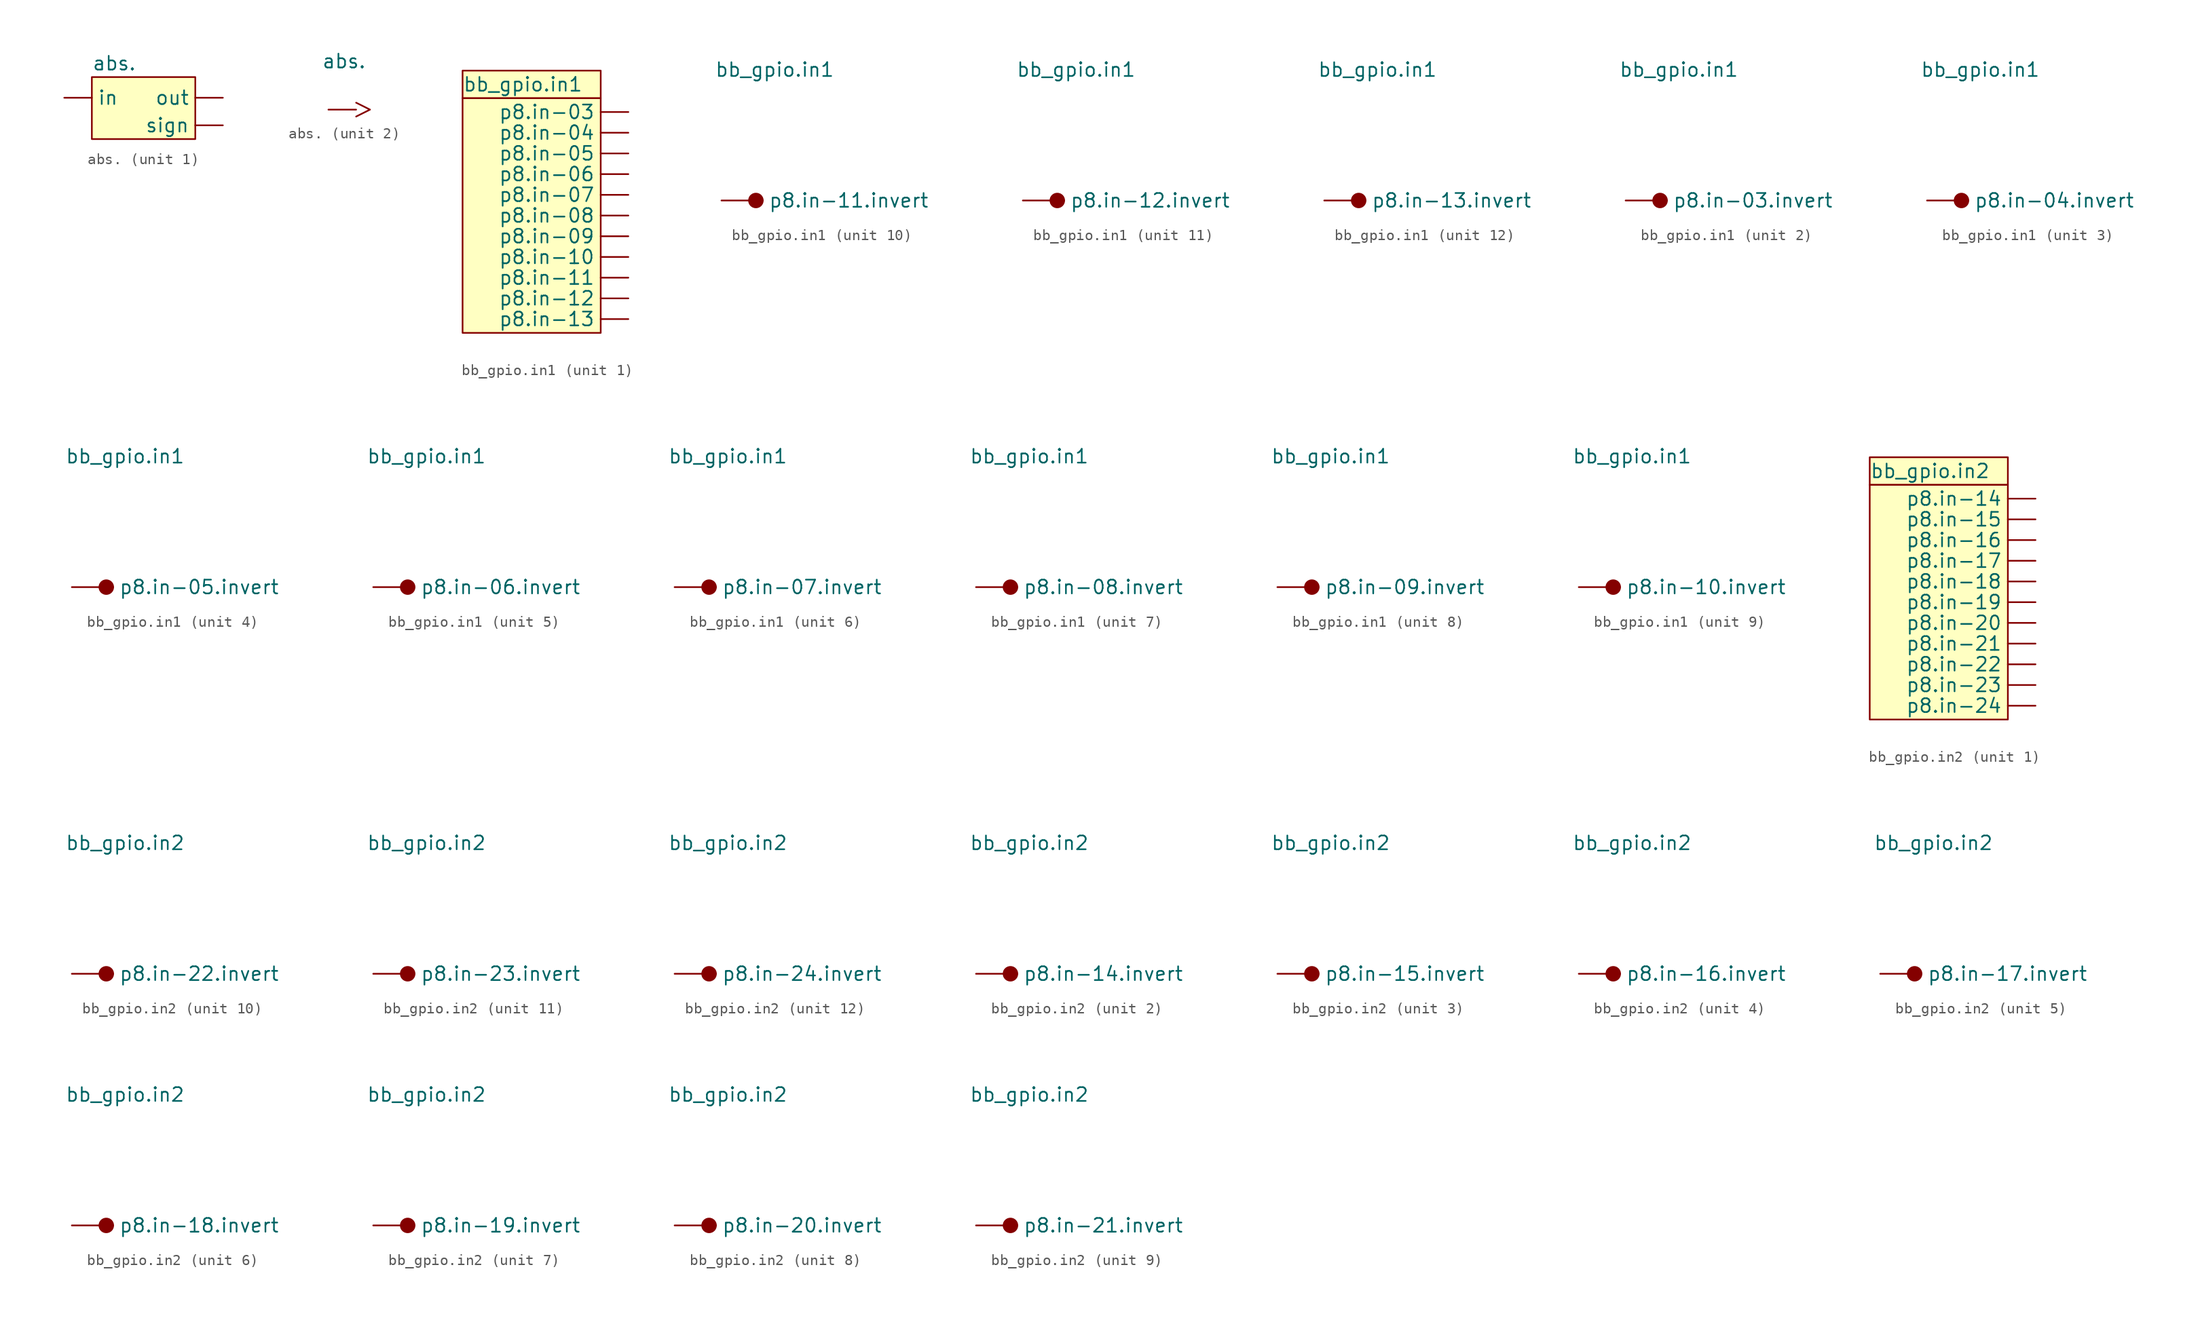
<source format=kicad_sym>
(kicad_symbol_lib
  (version 20220914)
  (generator kicad_symbol_editor)
  (symbol "abs."
    (pin_numbers hide)
    (property "Reference" "ABS"
      (at 2.54 0 0)
      (effects (font (size 1.27 1.27)) hide))
    (property "Value" "abs."
      (at -3.81 4.445 0)
      (effects (font (size 1.27 1.27)) (justify left)))
    (property "ki_locked" ""
      (at 0 0 0)
      (effects (font (size 1.27 1.27))))
    (symbol "abs._1_0"
      (rectangle (start -3.81 3.175) (end 5.715 -2.54) (stroke (width 0.152) (type default)) (fill (type background))))
    (symbol "abs._1_1"
      (pin input line (at -6.35 1.27 0) (length 2.54) (name "in" (effects (font (size 1.27 1.27)))) (number "1" (effects (font (size 1.27 1.27)))))
      (pin output line (at 8.255 1.27 180) (length 2.54) (name "out" (effects (font (size 1.27 1.27)))) (number "2" (effects (font (size 1.27 1.27)))))
      (pin output line (at 8.255 -1.27 180) (length 2.54) (name "sign" (effects (font (size 1.27 1.27)))) (number "3" (effects (font (size 1.27 1.27))))))
    (symbol "abs._2_1"
      (pin input clock (at -3.175 0 0) (length 2.54) (name "" (effects (font (size 1.27 1.27)))) (number "4" (effects (font (size 1.27 1.27)))))))
  (symbol "bb_gpio.in1"
    (pin_numbers hide)
    (property "Reference" "BB-GPIO"
      (at 0 0 0)
      (effects (font (size 1.27 1.27)) hide))
    (property "Value" "bb_gpio.in1"
      (at -5.08 12.065 0)
      (effects (font (size 1.27 1.27)) (justify left)))
    (property "ki_locked" ""
      (at 0 0 0)
      (effects (font (size 1.27 1.27))))
    (symbol "bb_gpio.in1_1_1"
      (rectangle (start -5.08 10.795) (end 7.62 -10.795) (stroke (width 0.152) (type default)) (fill (type background)))
      (rectangle (start -5.08 13.335) (end 7.62 10.795) (stroke (width 0.152) (type default)) (fill (type background)))
      (pin output line (at 10.16 9.525 180) (length 2.54) (name "p8.in-03" (effects (font (size 1.27 1.27)))) (number "1" (effects (font (size 1.27 1.27)))))
      (pin output line (at 10.16 -7.62 180) (length 2.54) (name "p8.in-12" (effects (font (size 1.27 1.27)))) (number "10" (effects (font (size 1.27 1.27)))))
      (pin output line (at 10.16 -9.525 180) (length 2.54) (name "p8.in-13" (effects (font (size 1.27 1.27)))) (number "11" (effects (font (size 1.27 1.27)))))
      (pin output line (at 10.16 7.62 180) (length 2.54) (name "p8.in-04" (effects (font (size 1.27 1.27)))) (number "2" (effects (font (size 1.27 1.27)))))
      (pin output line (at 10.16 5.715 180) (length 2.54) (name "p8.in-05" (effects (font (size 1.27 1.27)))) (number "3" (effects (font (size 1.27 1.27)))))
      (pin output line (at 10.16 3.81 180) (length 2.54) (name "p8.in-06" (effects (font (size 1.27 1.27)))) (number "4" (effects (font (size 1.27 1.27)))))
      (pin output line (at 10.16 1.905 180) (length 2.54) (name "p8.in-07" (effects (font (size 1.27 1.27)))) (number "5" (effects (font (size 1.27 1.27)))))
      (pin output line (at 10.16 0 180) (length 2.54) (name "p8.in-08" (effects (font (size 1.27 1.27)))) (number "6" (effects (font (size 1.27 1.27)))))
      (pin output line (at 10.16 -1.905 180) (length 2.54) (name "p8.in-09" (effects (font (size 1.27 1.27)))) (number "7" (effects (font (size 1.27 1.27)))))
      (pin output line (at 10.16 -3.81 180) (length 2.54) (name "p8.in-10" (effects (font (size 1.27 1.27)))) (number "8" (effects (font (size 1.27 1.27)))))
      (pin output line (at 10.16 -5.715 180) (length 2.54) (name "p8.in-11" (effects (font (size 1.27 1.27)))) (number "9" (effects (font (size 1.27 1.27))))))
    (symbol "bb_gpio.in1_2_1"
      (circle (center -1.27 0) (radius 0.635) (stroke (width 0.152) (type default)) (fill (type outline)))
      (pin input line (at -4.445 0 0) (length 3.81) (name "p8.in-03.invert" (effects (font (size 1.27 1.27)))) (number "12" (effects (font (size 1.27 1.27))))))
    (symbol "bb_gpio.in1_3_1"
      (circle (center -1.27 0) (radius 0.635) (stroke (width 0.152) (type default)) (fill (type outline)))
      (pin input line (at -4.445 0 0) (length 3.81) (name "p8.in-04.invert" (effects (font (size 1.27 1.27)))) (number "13" (effects (font (size 1.27 1.27))))))
    (symbol "bb_gpio.in1_4_1"
      (circle (center -1.27 0) (radius 0.635) (stroke (width 0.152) (type default)) (fill (type outline)))
      (pin input line (at -4.445 0 0) (length 3.81) (name "p8.in-05.invert" (effects (font (size 1.27 1.27)))) (number "14" (effects (font (size 1.27 1.27))))))
    (symbol "bb_gpio.in1_5_1"
      (circle (center -1.27 0) (radius 0.635) (stroke (width 0.152) (type default)) (fill (type outline)))
      (pin input line (at -4.445 0 0) (length 3.81) (name "p8.in-06.invert" (effects (font (size 1.27 1.27)))) (number "15" (effects (font (size 1.27 1.27))))))
    (symbol "bb_gpio.in1_6_1"
      (circle (center -1.27 0) (radius 0.635) (stroke (width 0.152) (type default)) (fill (type outline)))
      (pin input line (at -4.445 0 0) (length 3.81) (name "p8.in-07.invert" (effects (font (size 1.27 1.27)))) (number "16" (effects (font (size 1.27 1.27))))))
    (symbol "bb_gpio.in1_7_1"
      (circle (center -1.27 0) (radius 0.635) (stroke (width 0.152) (type default)) (fill (type outline)))
      (pin input line (at -4.445 0 0) (length 3.81) (name "p8.in-08.invert" (effects (font (size 1.27 1.27)))) (number "17" (effects (font (size 1.27 1.27))))))
    (symbol "bb_gpio.in1_8_1"
      (circle (center -1.27 0) (radius 0.635) (stroke (width 0.152) (type default)) (fill (type outline)))
      (pin input line (at -4.445 0 0) (length 3.81) (name "p8.in-09.invert" (effects (font (size 1.27 1.27)))) (number "18" (effects (font (size 1.27 1.27))))))
    (symbol "bb_gpio.in1_9_1"
      (circle (center -1.27 0) (radius 0.635) (stroke (width 0.152) (type default)) (fill (type outline)))
      (pin input line (at -4.445 0 0) (length 3.81) (name "p8.in-10.invert" (effects (font (size 1.27 1.27)))) (number "19" (effects (font (size 1.27 1.27))))))
    (symbol "bb_gpio.in1_10_1"
      (circle (center -1.27 0) (radius 0.635) (stroke (width 0.152) (type default)) (fill (type outline)))
      (pin input line (at -4.445 0 0) (length 3.81) (name "p8.in-11.invert" (effects (font (size 1.27 1.27)))) (number "20" (effects (font (size 1.27 1.27))))))
    (symbol "bb_gpio.in1_11_1"
      (circle (center -1.27 0) (radius 0.635) (stroke (width 0.152) (type default)) (fill (type outline)))
      (pin input line (at -4.445 0 0) (length 3.81) (name "p8.in-12.invert" (effects (font (size 1.27 1.27)))) (number "21" (effects (font (size 1.27 1.27))))))
    (symbol "bb_gpio.in1_12_1"
      (circle (center -1.27 0) (radius 0.635) (stroke (width 0.152) (type default)) (fill (type outline)))
      (pin input line (at -4.445 0 0) (length 3.81) (name "p8.in-13.invert" (effects (font (size 1.27 1.27)))) (number "22" (effects (font (size 1.27 1.27)))))))
  (symbol "bb_gpio.in2"
    (pin_numbers hide)
    (property "Reference" "BB-GPIO"
      (at 0 0 0)
      (effects (font (size 1.27 1.27)) hide))
    (property "Value" "bb_gpio.in2"
      (at -5.08 12.065 0)
      (effects (font (size 1.27 1.27)) (justify left)))
    (property "ki_locked" ""
      (at 0 0 0)
      (effects (font (size 1.27 1.27))))
    (symbol "bb_gpio.in2_1_1"
      (rectangle (start -5.08 10.795) (end 7.62 -10.795) (stroke (width 0.152) (type default)) (fill (type background)))
      (rectangle (start -5.08 13.335) (end 7.62 10.795) (stroke (width 0.152) (type default)) (fill (type background)))
      (pin output line (at 10.16 9.525 180) (length 2.54) (name "p8.in-14" (effects (font (size 1.27 1.27)))) (number "1" (effects (font (size 1.27 1.27)))))
      (pin output line (at 10.16 -7.62 180) (length 2.54) (name "p8.in-23" (effects (font (size 1.27 1.27)))) (number "10" (effects (font (size 1.27 1.27)))))
      (pin output line (at 10.16 -9.525 180) (length 2.54) (name "p8.in-24" (effects (font (size 1.27 1.27)))) (number "11" (effects (font (size 1.27 1.27)))))
      (pin output line (at 10.16 7.62 180) (length 2.54) (name "p8.in-15" (effects (font (size 1.27 1.27)))) (number "2" (effects (font (size 1.27 1.27)))))
      (pin output line (at 10.16 5.715 180) (length 2.54) (name "p8.in-16" (effects (font (size 1.27 1.27)))) (number "3" (effects (font (size 1.27 1.27)))))
      (pin output line (at 10.16 3.81 180) (length 2.54) (name "p8.in-17" (effects (font (size 1.27 1.27)))) (number "4" (effects (font (size 1.27 1.27)))))
      (pin output line (at 10.16 1.905 180) (length 2.54) (name "p8.in-18" (effects (font (size 1.27 1.27)))) (number "5" (effects (font (size 1.27 1.27)))))
      (pin output line (at 10.16 0 180) (length 2.54) (name "p8.in-19" (effects (font (size 1.27 1.27)))) (number "6" (effects (font (size 1.27 1.27)))))
      (pin output line (at 10.16 -1.905 180) (length 2.54) (name "p8.in-20" (effects (font (size 1.27 1.27)))) (number "7" (effects (font (size 1.27 1.27)))))
      (pin output line (at 10.16 -3.81 180) (length 2.54) (name "p8.in-21" (effects (font (size 1.27 1.27)))) (number "8" (effects (font (size 1.27 1.27)))))
      (pin output line (at 10.16 -5.715 180) (length 2.54) (name "p8.in-22" (effects (font (size 1.27 1.27)))) (number "9" (effects (font (size 1.27 1.27))))))
    (symbol "bb_gpio.in2_2_1"
      (circle (center -1.27 0) (radius 0.635) (stroke (width 0.152) (type default)) (fill (type outline)))
      (pin input line (at -4.445 0 0) (length 3.81) (name "p8.in-14.invert" (effects (font (size 1.27 1.27)))) (number "12" (effects (font (size 1.27 1.27))))))
    (symbol "bb_gpio.in2_3_1"
      (circle (center -1.27 0) (radius 0.635) (stroke (width 0.152) (type default)) (fill (type outline)))
      (pin input line (at -4.445 0 0) (length 3.81) (name "p8.in-15.invert" (effects (font (size 1.27 1.27)))) (number "13" (effects (font (size 1.27 1.27))))))
    (symbol "bb_gpio.in2_4_1"
      (circle (center -1.27 0) (radius 0.635) (stroke (width 0.152) (type default)) (fill (type outline)))
      (pin input line (at -4.445 0 0) (length 3.81) (name "p8.in-16.invert" (effects (font (size 1.27 1.27)))) (number "14" (effects (font (size 1.27 1.27))))))
    (symbol "bb_gpio.in2_5_1"
      (circle (center -1.27 0) (radius 0.635) (stroke (width 0.152) (type default)) (fill (type outline)))
      (pin input line (at -4.445 0 0) (length 3.81) (name "p8.in-17.invert" (effects (font (size 1.27 1.27)))) (number "15" (effects (font (size 1.27 1.27))))))
    (symbol "bb_gpio.in2_6_1"
      (circle (center -1.27 0) (radius 0.635) (stroke (width 0.152) (type default)) (fill (type outline)))
      (pin input line (at -4.445 0 0) (length 3.81) (name "p8.in-18.invert" (effects (font (size 1.27 1.27)))) (number "16" (effects (font (size 1.27 1.27))))))
    (symbol "bb_gpio.in2_7_1"
      (circle (center -1.27 0) (radius 0.635) (stroke (width 0.152) (type default)) (fill (type outline)))
      (pin input line (at -4.445 0 0) (length 3.81) (name "p8.in-19.invert" (effects (font (size 1.27 1.27)))) (number "17" (effects (font (size 1.27 1.27))))))
    (symbol "bb_gpio.in2_8_1"
      (circle (center -1.27 0) (radius 0.635) (stroke (width 0.152) (type default)) (fill (type outline)))
      (pin input line (at -4.445 0 0) (length 3.81) (name "p8.in-20.invert" (effects (font (size 1.27 1.27)))) (number "18" (effects (font (size 1.27 1.27))))))
    (symbol "bb_gpio.in2_9_1"
      (circle (center -1.27 0) (radius 0.635) (stroke (width 0.152) (type default)) (fill (type outline)))
      (pin input line (at -4.445 0 0) (length 3.81) (name "p8.in-21.invert" (effects (font (size 1.27 1.27)))) (number "19" (effects (font (size 1.27 1.27))))))
    (symbol "bb_gpio.in2_10_1"
      (circle (center -1.27 0) (radius 0.635) (stroke (width 0.152) (type default)) (fill (type outline)))
      (pin input line (at -4.445 0 0) (length 3.81) (name "p8.in-22.invert" (effects (font (size 1.27 1.27)))) (number "20" (effects (font (size 1.27 1.27))))))
    (symbol "bb_gpio.in2_11_1"
      (circle (center -1.27 0) (radius 0.635) (stroke (width 0.152) (type default)) (fill (type outline)))
      (pin input line (at -4.445 0 0) (length 3.81) (name "p8.in-23.invert" (effects (font (size 1.27 1.27)))) (number "21" (effects (font (size 1.27 1.27))))))
    (symbol "bb_gpio.in2_12_1"
      (circle (center -1.27 0) (radius 0.635) (stroke (width 0.152) (type default)) (fill (type outline)))
      (pin input line (at -4.445 0 0) (length 3.81) (name "p8.in-24.invert" (effects (font (size 1.27 1.27)))) (number "22" (effects (font (size 1.27 1.27))))))))
</source>
